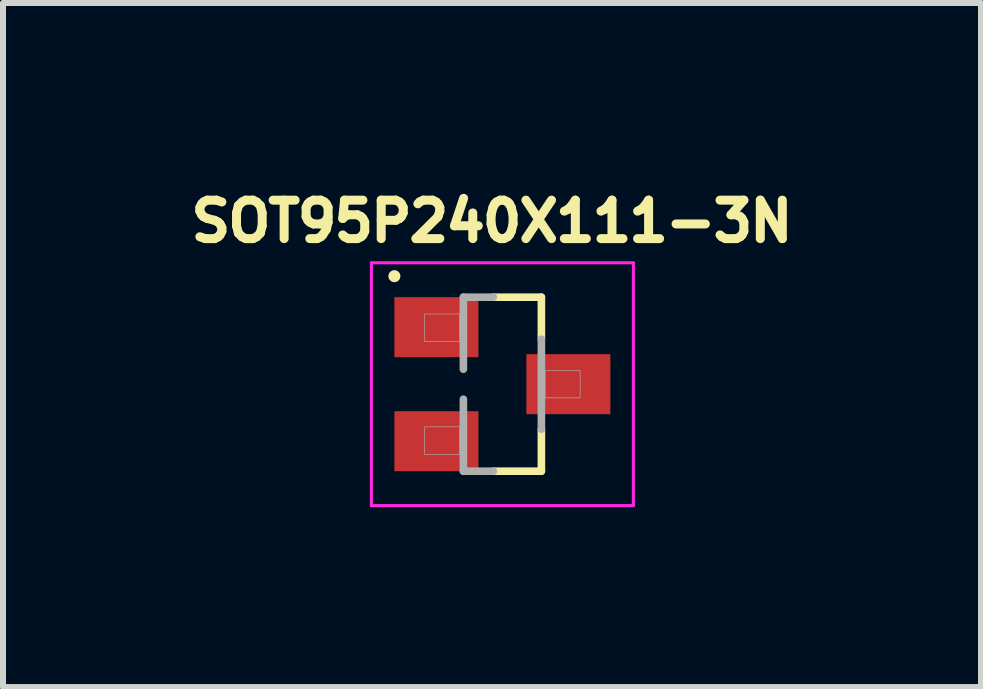
<source format=kicad_pcb>
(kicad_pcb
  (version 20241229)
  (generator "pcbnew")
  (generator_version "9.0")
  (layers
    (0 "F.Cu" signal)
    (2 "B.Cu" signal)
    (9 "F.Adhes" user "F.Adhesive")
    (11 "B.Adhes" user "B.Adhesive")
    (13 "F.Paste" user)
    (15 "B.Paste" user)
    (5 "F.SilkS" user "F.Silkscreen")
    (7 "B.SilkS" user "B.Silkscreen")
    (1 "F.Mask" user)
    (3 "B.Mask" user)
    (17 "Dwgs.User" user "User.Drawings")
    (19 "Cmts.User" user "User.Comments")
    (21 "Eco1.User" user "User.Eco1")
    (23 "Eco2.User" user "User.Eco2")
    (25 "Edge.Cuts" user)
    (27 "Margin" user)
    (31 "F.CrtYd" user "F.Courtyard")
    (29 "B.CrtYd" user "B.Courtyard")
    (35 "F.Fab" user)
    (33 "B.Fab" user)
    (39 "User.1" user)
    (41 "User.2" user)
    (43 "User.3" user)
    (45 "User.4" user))
  (footprint "SOT95P240X111-3N"
    (layer "F.Cu")
    (at 5.323 3.353)
    (property "Reference" "SOT95P240X111-3N" (at -0.173 -2.715 0) (layer "F.SilkS") (effects (font (size 0.641 0.641) (thickness 0.15))))
    (attr smd)
    (fp_line (start 0.65 -1.45) (end -0.15 -1.45) (stroke (width 0.127) (type solid)) (layer "F.SilkS"))
    (fp_line (start 0.65 -1.45) (end 0.65 -0.75) (stroke (width 0.127) (type solid)) (layer "F.SilkS"))
    (fp_line (start 0.65 1.45) (end -0.15 1.45) (stroke (width 0.127) (type solid)) (layer "F.SilkS"))
    (fp_line (start 0.65 1.45) (end 0.65 0.75) (stroke (width 0.127) (type solid)) (layer "F.SilkS"))
    (fp_circle (center -1.8 -1.8) (end -1.7 -1.8) (stroke (width 0) (type solid)) (fill yes) (layer "F.SilkS"))
    (fp_line (start -2.183 -2.023) (end 2.183 -2.023) (stroke (width 0.051) (type solid)) (layer "F.CrtYd"))
    (fp_line (start -2.183 2.023) (end -2.183 -2.023) (stroke (width 0.051) (type solid)) (layer "F.CrtYd"))
    (fp_line (start 2.183 -2.023) (end 2.183 2.023) (stroke (width 0.051) (type solid)) (layer "F.CrtYd"))
    (fp_line (start 2.183 2.023) (end -2.183 2.023) (stroke (width 0.051) (type solid)) (layer "F.CrtYd"))
    (fp_line (start -0.65 -1.45) (end -0.65 -0.25) (stroke (width 0.127) (type solid)) (layer "F.Fab"))
    (fp_line (start -0.65 0.25) (end -0.65 1.45) (stroke (width 0.127) (type solid)) (layer "F.Fab"))
    (fp_line (start -0.65 1.45) (end -0.15 1.45) (stroke (width 0.127) (type solid)) (layer "F.Fab"))
    (fp_line (start -0.15 -1.45) (end -0.65 -1.45) (stroke (width 0.127) (type solid)) (layer "F.Fab"))
    (fp_line (start 0.65 -0.75) (end 0.65 0.75) (stroke (width 0.127) (type solid)) (layer "F.Fab"))
    (fp_poly (pts (xy -0.713 -1.17) (xy -0.713 -0.711) (xy -1.296 -0.711) (xy -1.296 -1.17)) (stroke (width 0.01) (type solid)) (fill no) (layer "F.Fab"))
    (fp_poly (pts (xy -0.711 0.711) (xy -0.711 1.169) (xy -1.296 1.169) (xy -1.296 0.711)) (stroke (width 0.01) (type solid)) (fill no) (layer "F.Fab"))
    (fp_poly (pts (xy 1.296 -0.228) (xy 1.296 0.228) (xy 0.711 0.228) (xy 0.711 -0.228)) (stroke (width 0.01) (type solid)) (fill no) (layer "F.Fab"))
    (pad "1" smd rect (at -1.1 -0.95) (size 1.4 1) (layers "F.Cu" "F.Mask" "F.Paste"))
    (pad "2" smd rect (at -1.1 0.95) (size 1.4 1) (layers "F.Cu" "F.Mask" "F.Paste"))
    (pad "3" smd rect (at 1.1 0) (size 1.4 1) (layers "F.Cu" "F.Mask" "F.Paste")))
  (gr_rect
    (start -3 -3)
    (end 13.3 8.401)
    (stroke (width 0.1) (type default))
    (fill no)
    (layer "Edge.Cuts")))
</source>
